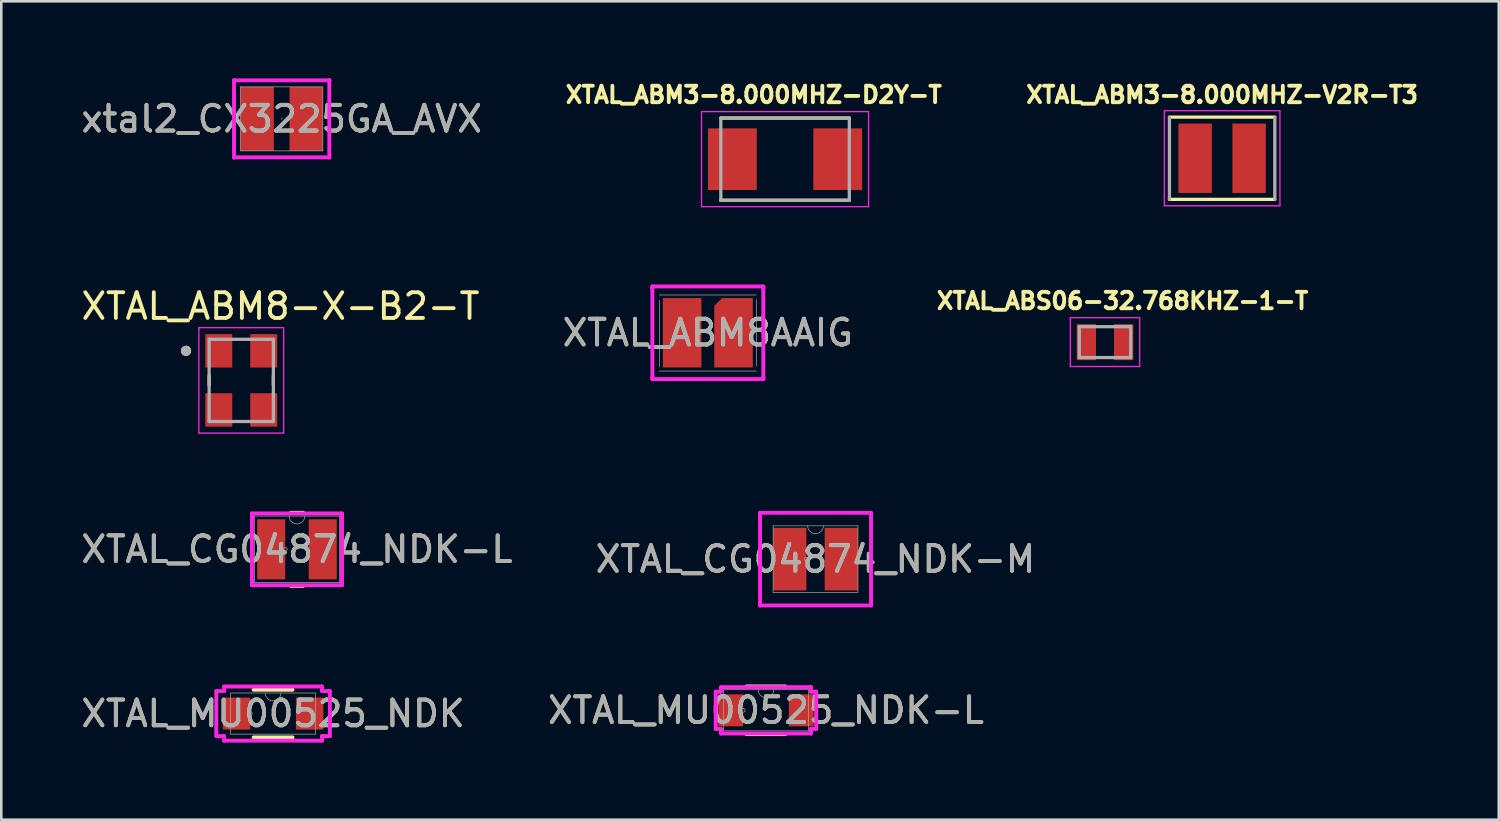
<source format=kicad_pcb>
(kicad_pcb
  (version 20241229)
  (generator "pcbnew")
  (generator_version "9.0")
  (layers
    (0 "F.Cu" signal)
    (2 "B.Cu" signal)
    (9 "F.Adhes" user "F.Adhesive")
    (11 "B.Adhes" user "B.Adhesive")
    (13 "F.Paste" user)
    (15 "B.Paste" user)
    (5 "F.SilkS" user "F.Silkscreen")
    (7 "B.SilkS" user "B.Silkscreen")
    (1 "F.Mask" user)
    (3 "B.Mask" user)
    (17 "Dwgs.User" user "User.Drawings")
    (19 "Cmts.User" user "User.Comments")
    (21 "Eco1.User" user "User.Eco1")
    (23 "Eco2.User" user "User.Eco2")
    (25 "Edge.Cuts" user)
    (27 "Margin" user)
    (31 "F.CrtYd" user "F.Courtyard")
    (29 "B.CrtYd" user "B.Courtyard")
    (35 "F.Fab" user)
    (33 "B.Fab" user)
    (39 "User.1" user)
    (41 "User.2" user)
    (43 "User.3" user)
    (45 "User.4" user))
  (footprint "XTAL_CG04874_NDK-M"
    (layer "F.Cu")
    (at 28.685 18.707)
    (property "Reference" "XTAL_CG04874_NDK-M" (at 0 0 0) (unlocked yes) (layer "F.SilkS") (effects (font (size 1 1) (thickness 0.15))))
    (attr smd)
    (fp_line (start -2.159 -1.803) (end 2.159 -1.803) (stroke (width 0.152) (type solid)) (layer "F.CrtYd"))
    (fp_line (start -2.159 -1.727) (end -2.159 -1.803) (stroke (width 0.152) (type solid)) (layer "F.CrtYd"))
    (fp_line (start -2.159 -1.727) (end -2.159 -1.727) (stroke (width 0.152) (type solid)) (layer "F.CrtYd"))
    (fp_line (start -2.159 1.727) (end -2.159 -1.727) (stroke (width 0.152) (type solid)) (layer "F.CrtYd"))
    (fp_line (start -2.159 1.727) (end -2.159 1.727) (stroke (width 0.152) (type solid)) (layer "F.CrtYd"))
    (fp_line (start -2.159 1.803) (end -2.159 1.727) (stroke (width 0.152) (type solid)) (layer "F.CrtYd"))
    (fp_line (start 2.159 -1.803) (end 2.159 -1.727) (stroke (width 0.152) (type solid)) (layer "F.CrtYd"))
    (fp_line (start 2.159 -1.727) (end 2.159 -1.727) (stroke (width 0.152) (type solid)) (layer "F.CrtYd"))
    (fp_line (start 2.159 -1.727) (end 2.159 1.727) (stroke (width 0.152) (type solid)) (layer "F.CrtYd"))
    (fp_line (start 2.159 1.727) (end 2.159 1.727) (stroke (width 0.152) (type solid)) (layer "F.CrtYd"))
    (fp_line (start 2.159 1.727) (end 2.159 1.803) (stroke (width 0.152) (type solid)) (layer "F.CrtYd"))
    (fp_line (start 2.159 1.803) (end -2.159 1.803) (stroke (width 0.152) (type solid)) (layer "F.CrtYd"))
    (fp_line (start -1.651 -1.295) (end -1.651 1.295) (stroke (width 0.025) (type solid)) (layer "F.Fab"))
    (fp_line (start -1.651 1.295) (end 1.651 1.295) (stroke (width 0.025) (type solid)) (layer "F.Fab"))
    (fp_line (start 1.651 -1.295) (end -1.651 -1.295) (stroke (width 0.025) (type solid)) (layer "F.Fab"))
    (fp_line (start 1.651 1.295) (end 1.651 -1.295) (stroke (width 0.025) (type solid)) (layer "F.Fab"))
    (fp_arc (start 0.3048 -1.2954) (mid 0 -0.9906) (end -0.3048 -1.2954) (stroke (width 0.0254) (type solid)) (layer "F.Fab"))
    (fp_circle (center -0.356 0) (end -0.279 0) (stroke (width 0.025) (type solid)) (fill no) (layer "F.Fab"))
    (fp_text user "${REFERENCE}" (at 0 0 0) (unlocked yes) (layer "F.Fab") (effects (font (size 1 1) (thickness 0.15))))
    (pad "1" smd rect (at -1.003 0) (size 1.295 2.438) (layers "F.Cu" "F.Mask" "F.Paste"))
    (pad "2" smd rect (at 1.003 0) (size 1.295 2.438) (layers "F.Cu" "F.Mask" "F.Paste")))
  (footprint "xtal2_CX3225GA_AVX"
    (layer "F.Cu")
    (at 7.911 1.575)
    (property "Reference" "xtal2_CX3225GA_AVX" (at 0 0 0) (unlocked yes) (layer "F.SilkS") (effects (font (size 1 1) (thickness 0.15))))
    (attr smd)
    (fp_line (start -1.854 -1.499) (end -1.854 -1.499) (stroke (width 0.152) (type solid)) (layer "F.CrtYd"))
    (fp_line (start -1.854 -1.499) (end -1.854 -1.499) (stroke (width 0.152) (type solid)) (layer "F.CrtYd"))
    (fp_line (start -1.854 -1.499) (end 1.854 -1.499) (stroke (width 0.152) (type solid)) (layer "F.CrtYd"))
    (fp_line (start -1.854 1.499) (end -1.854 -1.499) (stroke (width 0.152) (type solid)) (layer "F.CrtYd"))
    (fp_line (start -1.854 1.499) (end -1.854 1.499) (stroke (width 0.152) (type solid)) (layer "F.CrtYd"))
    (fp_line (start -1.854 1.499) (end -1.854 1.499) (stroke (width 0.152) (type solid)) (layer "F.CrtYd"))
    (fp_line (start 1.854 -1.499) (end 1.854 -1.499) (stroke (width 0.152) (type solid)) (layer "F.CrtYd"))
    (fp_line (start 1.854 -1.499) (end 1.854 -1.499) (stroke (width 0.152) (type solid)) (layer "F.CrtYd"))
    (fp_line (start 1.854 -1.499) (end 1.854 1.499) (stroke (width 0.152) (type solid)) (layer "F.CrtYd"))
    (fp_line (start 1.854 1.499) (end -1.854 1.499) (stroke (width 0.152) (type solid)) (layer "F.CrtYd"))
    (fp_line (start 1.854 1.499) (end 1.854 1.499) (stroke (width 0.152) (type solid)) (layer "F.CrtYd"))
    (fp_line (start 1.854 1.499) (end 1.854 1.499) (stroke (width 0.152) (type solid)) (layer "F.CrtYd"))
    (fp_line (start -1.6 -1.245) (end -1.6 1.245) (stroke (width 0.025) (type solid)) (layer "F.Fab"))
    (fp_line (start -1.6 1.245) (end 1.6 1.245) (stroke (width 0.025) (type solid)) (layer "F.Fab"))
    (fp_line (start 1.6 -1.245) (end -1.6 -1.245) (stroke (width 0.025) (type solid)) (layer "F.Fab"))
    (fp_line (start 1.6 1.245) (end 1.6 -1.245) (stroke (width 0.025) (type solid)) (layer "F.Fab"))
    (fp_circle (center 0 0) (end 0 0) (stroke (width 0.025) (type solid)) (fill no) (layer "F.Fab"))
    (fp_text user "${REFERENCE}" (at 0 0 0) (unlocked yes) (layer "F.Fab") (effects (font (size 1 1) (thickness 0.15))))
    (pad "1" smd rect (at -0.953 0) (size 1.295 2.489) (layers "F.Cu" "F.Mask" "F.Paste"))
    (pad "2" smd rect (at 0.953 0) (size 1.295 2.489) (layers "F.Cu" "F.Mask" "F.Paste")))
  (footprint "XTAL_ABM3-8.000MHZ-V2R-T3"
    (layer "F.Cu")
    (at 44.506 3.108)
    (property "Reference" "XTAL_ABM3-8.000MHZ-V2R-T3" (at 0 -2.47 0) (layer "F.SilkS") (effects (font (size 0.64 0.64) (thickness 0.15))))
    (attr smd)
    (fp_line (start -2.05 -1.6) (end 2.05 -1.6) (stroke (width 0.127) (type solid)) (layer "F.SilkS"))
    (fp_line (start -2.05 1.6) (end 2.05 1.6) (stroke (width 0.127) (type solid)) (layer "F.SilkS"))
    (fp_line (start -2.25 -1.85) (end -2.25 1.85) (stroke (width 0.05) (type solid)) (layer "F.CrtYd"))
    (fp_line (start -2.25 1.85) (end 2.25 1.85) (stroke (width 0.05) (type solid)) (layer "F.CrtYd"))
    (fp_line (start 2.25 -1.85) (end -2.25 -1.85) (stroke (width 0.05) (type solid)) (layer "F.CrtYd"))
    (fp_line (start 2.25 1.85) (end 2.25 -1.85) (stroke (width 0.05) (type solid)) (layer "F.CrtYd"))
    (fp_line (start -2.05 -1.6) (end -2.05 1.6) (stroke (width 0.127) (type solid)) (layer "F.Fab"))
    (fp_line (start 2.05 -1.6) (end 2.05 1.6) (stroke (width 0.127) (type solid)) (layer "F.Fab"))
    (pad "1" smd rect (at -1.05 0) (size 1.3 2.7) (layers "F.Cu" "F.Mask" "F.Paste"))
    (pad "2" smd rect (at 1.05 0) (size 1.3 2.7) (layers "F.Cu" "F.Mask" "F.Paste")))
  (footprint "XTAL_CG04874_NDK-L"
    (layer "F.Cu")
    (at 8.506 18.326)
    (property "Reference" "XTAL_CG04874_NDK-L" (at 0 0 0) (unlocked yes) (layer "F.SilkS") (effects (font (size 1 1) (thickness 0.15))))
    (attr smd)
    (fp_line (start -0.242 1.422) (end 0.242 1.422) (stroke (width 0.152) (type solid)) (layer "F.SilkS"))
    (fp_line (start 0.242 -1.422) (end -0.242 -1.422) (stroke (width 0.152) (type solid)) (layer "F.SilkS"))
    (fp_line (start -1.753 -1.397) (end 1.753 -1.397) (stroke (width 0.152) (type solid)) (layer "F.CrtYd"))
    (fp_line (start -1.753 -1.27) (end -1.753 -1.397) (stroke (width 0.152) (type solid)) (layer "F.CrtYd"))
    (fp_line (start -1.753 -1.27) (end -1.753 -1.27) (stroke (width 0.152) (type solid)) (layer "F.CrtYd"))
    (fp_line (start -1.753 1.27) (end -1.753 -1.27) (stroke (width 0.152) (type solid)) (layer "F.CrtYd"))
    (fp_line (start -1.753 1.27) (end -1.753 1.27) (stroke (width 0.152) (type solid)) (layer "F.CrtYd"))
    (fp_line (start -1.753 1.397) (end -1.753 1.27) (stroke (width 0.152) (type solid)) (layer "F.CrtYd"))
    (fp_line (start 1.753 -1.397) (end 1.753 -1.27) (stroke (width 0.152) (type solid)) (layer "F.CrtYd"))
    (fp_line (start 1.753 -1.27) (end 1.753 -1.27) (stroke (width 0.152) (type solid)) (layer "F.CrtYd"))
    (fp_line (start 1.753 -1.27) (end 1.753 1.27) (stroke (width 0.152) (type solid)) (layer "F.CrtYd"))
    (fp_line (start 1.753 1.27) (end 1.753 1.27) (stroke (width 0.152) (type solid)) (layer "F.CrtYd"))
    (fp_line (start 1.753 1.27) (end 1.753 1.397) (stroke (width 0.152) (type solid)) (layer "F.CrtYd"))
    (fp_line (start 1.753 1.397) (end -1.753 1.397) (stroke (width 0.152) (type solid)) (layer "F.CrtYd"))
    (fp_line (start -1.651 -1.295) (end -1.651 1.295) (stroke (width 0.025) (type solid)) (layer "F.Fab"))
    (fp_line (start -1.651 1.295) (end 1.651 1.295) (stroke (width 0.025) (type solid)) (layer "F.Fab"))
    (fp_line (start 1.651 -1.295) (end -1.651 -1.295) (stroke (width 0.025) (type solid)) (layer "F.Fab"))
    (fp_line (start 1.651 1.295) (end 1.651 -1.295) (stroke (width 0.025) (type solid)) (layer "F.Fab"))
    (fp_arc (start 0.3048 -1.2954) (mid 0 -0.9906) (end -0.3048 -1.2954) (stroke (width 0.0254) (type solid)) (layer "F.Fab"))
    (fp_circle (center -0.457 0) (end -0.381 0) (stroke (width 0.025) (type solid)) (fill no) (layer "F.Fab"))
    (fp_text user "${REFERENCE}" (at 0 0 0) (unlocked yes) (layer "F.Fab") (effects (font (size 1 1) (thickness 0.15))))
    (pad "1" smd rect (at -1.003 0) (size 1.092 2.337) (layers "F.Cu" "F.Mask" "F.Paste"))
    (pad "2" smd rect (at 1.003 0) (size 1.092 2.337) (layers "F.Cu" "F.Mask" "F.Paste")))
  (footprint "XTAL_MU00525_NDK-L"
    (layer "F.Cu")
    (at 26.756 24.59)
    (property "Reference" "XTAL_MU00525_NDK-L" (at 0 0 0) (unlocked yes) (layer "F.SilkS") (effects (font (size 1 1) (thickness 0.15))))
    (attr smd)
    (fp_line (start -0.756 0.927) (end 0.756 0.927) (stroke (width 0.152) (type solid)) (layer "F.SilkS"))
    (fp_line (start 0.756 -0.927) (end -0.756 -0.927) (stroke (width 0.152) (type solid)) (layer "F.SilkS"))
    (fp_line (start -1.956 -0.724) (end -1.753 -0.724) (stroke (width 0.152) (type solid)) (layer "F.CrtYd"))
    (fp_line (start -1.956 0.724) (end -1.956 -0.724) (stroke (width 0.152) (type solid)) (layer "F.CrtYd"))
    (fp_line (start -1.956 0.724) (end -1.753 0.724) (stroke (width 0.152) (type solid)) (layer "F.CrtYd"))
    (fp_line (start -1.753 -0.902) (end 1.753 -0.902) (stroke (width 0.152) (type solid)) (layer "F.CrtYd"))
    (fp_line (start -1.753 -0.724) (end -1.753 -0.902) (stroke (width 0.152) (type solid)) (layer "F.CrtYd"))
    (fp_line (start -1.753 0.902) (end -1.753 0.724) (stroke (width 0.152) (type solid)) (layer "F.CrtYd"))
    (fp_line (start 1.753 -0.902) (end 1.753 -0.724) (stroke (width 0.152) (type solid)) (layer "F.CrtYd"))
    (fp_line (start 1.753 0.724) (end 1.753 0.902) (stroke (width 0.152) (type solid)) (layer "F.CrtYd"))
    (fp_line (start 1.753 0.902) (end -1.753 0.902) (stroke (width 0.152) (type solid)) (layer "F.CrtYd"))
    (fp_line (start 1.956 -0.724) (end 1.753 -0.724) (stroke (width 0.152) (type solid)) (layer "F.CrtYd"))
    (fp_line (start 1.956 -0.724) (end 1.956 0.724) (stroke (width 0.152) (type solid)) (layer "F.CrtYd"))
    (fp_line (start 1.956 0.724) (end 1.753 0.724) (stroke (width 0.152) (type solid)) (layer "F.CrtYd"))
    (fp_line (start -1.651 -0.8) (end -1.651 0.8) (stroke (width 0.025) (type solid)) (layer "F.Fab"))
    (fp_line (start -1.651 0.8) (end 1.651 0.8) (stroke (width 0.025) (type solid)) (layer "F.Fab"))
    (fp_line (start 1.651 -0.8) (end -1.651 -0.8) (stroke (width 0.025) (type solid)) (layer "F.Fab"))
    (fp_line (start 1.651 0.8) (end 1.651 -0.8) (stroke (width 0.025) (type solid)) (layer "F.Fab"))
    (fp_arc (start 0.3048 -0.8001) (mid 0 -0.4953) (end -0.3048 -0.8001) (stroke (width 0.0254) (type solid)) (layer "F.Fab"))
    (fp_circle (center -0.889 0) (end -0.813 0) (stroke (width 0.025) (type solid)) (fill no) (layer "F.Fab"))
    (fp_text user "${REFERENCE}" (at 0 0 0) (unlocked yes) (layer "F.Fab") (effects (font (size 1 1) (thickness 0.15))))
    (pad "1" smd rect (at -1.372 0) (size 0.965 1.245) (layers "F.Cu" "F.Mask" "F.Paste"))
    (pad "2" smd rect (at 1.372 0) (size 0.965 1.245) (layers "F.Cu" "F.Mask" "F.Paste")))
  (footprint "XTAL_ABS06-32.768KHZ-1-T"
    (layer "F.Cu")
    (at 39.949 10.263)
    (property "Reference" "XTAL_ABS06-32.768KHZ-1-T" (at 0.682 -1.606 0) (layer "F.SilkS") (effects (font (size 0.64 0.64) (thickness 0.15))))
    (attr smd)
    (fp_line (start -1.35 -0.95) (end -1.35 0.95) (stroke (width 0.05) (type solid)) (layer "F.CrtYd"))
    (fp_line (start -1.35 0.95) (end 1.35 0.95) (stroke (width 0.05) (type solid)) (layer "F.CrtYd"))
    (fp_line (start 1.35 -0.95) (end -1.35 -0.95) (stroke (width 0.05) (type solid)) (layer "F.CrtYd"))
    (fp_line (start 1.35 0.95) (end 1.35 -0.95) (stroke (width 0.05) (type solid)) (layer "F.CrtYd"))
    (fp_line (start -1 -0.6) (end -1 0.6) (stroke (width 0.127) (type solid)) (layer "F.Fab"))
    (fp_line (start -1 -0.6) (end 1 -0.6) (stroke (width 0.127) (type solid)) (layer "F.Fab"))
    (fp_line (start -1 0.6) (end 1 0.6) (stroke (width 0.127) (type solid)) (layer "F.Fab"))
    (fp_line (start 1 -0.6) (end 1 0.6) (stroke (width 0.127) (type solid)) (layer "F.Fab"))
    (pad "1" smd rect (at -0.725 0) (size 0.75 1.4) (layers "F.Cu" "F.Mask" "F.Paste"))
    (pad "2" smd rect (at 0.725 0) (size 0.75 1.4) (layers "F.Cu" "F.Mask" "F.Paste")))
  (footprint "XTAL_ABM8AAIG"
    (layer "F.Cu")
    (at 24.494 9.899)
    (property "Reference" "XTAL_ABM8AAIG" (at 0 0 0) (unlocked yes) (layer "F.SilkS") (effects (font (size 1 1) (thickness 0.15))))
    (attr smd)
    (fp_line (start -2.159 -1.803) (end 2.159 -1.803) (stroke (width 0.152) (type solid)) (layer "F.CrtYd"))
    (fp_line (start -2.159 -1.727) (end -2.159 -1.803) (stroke (width 0.152) (type solid)) (layer "F.CrtYd"))
    (fp_line (start -2.159 -1.727) (end -2.159 -1.727) (stroke (width 0.152) (type solid)) (layer "F.CrtYd"))
    (fp_line (start -2.159 1.727) (end -2.159 -1.727) (stroke (width 0.152) (type solid)) (layer "F.CrtYd"))
    (fp_line (start -2.159 1.727) (end -2.159 1.727) (stroke (width 0.152) (type solid)) (layer "F.CrtYd"))
    (fp_line (start -2.159 1.803) (end -2.159 1.727) (stroke (width 0.152) (type solid)) (layer "F.CrtYd"))
    (fp_line (start 2.159 -1.803) (end 2.159 -1.727) (stroke (width 0.152) (type solid)) (layer "F.CrtYd"))
    (fp_line (start 2.159 -1.727) (end 2.159 -1.727) (stroke (width 0.152) (type solid)) (layer "F.CrtYd"))
    (fp_line (start 2.159 -1.727) (end 2.159 1.727) (stroke (width 0.152) (type solid)) (layer "F.CrtYd"))
    (fp_line (start 2.159 1.727) (end 2.159 1.727) (stroke (width 0.152) (type solid)) (layer "F.CrtYd"))
    (fp_line (start 2.159 1.727) (end 2.159 1.803) (stroke (width 0.152) (type solid)) (layer "F.CrtYd"))
    (fp_line (start 2.159 1.803) (end -2.159 1.803) (stroke (width 0.152) (type solid)) (layer "F.CrtYd"))
    (fp_line (start -1.89 1.49) (end 1.89 1.49) (stroke (width 0.025) (type solid)) (layer "F.Fab"))
    (fp_line (start -1.88 -1.261) (end -1.88 1.33) (stroke (width 0.025) (type solid)) (layer "F.Fab"))
    (fp_line (start 1.89 -1.47) (end -1.89 -1.47) (stroke (width 0.025) (type solid)) (layer "F.Fab"))
    (fp_line (start 1.89 1.295) (end 1.89 -1.295) (stroke (width 0.025) (type solid)) (layer "F.Fab"))
    (fp_circle (center -0.356 0) (end -0.279 0) (stroke (width 0.025) (type solid)) (fill no) (layer "F.Fab"))
    (fp_text user "${REFERENCE}" (at 0 0 0) (unlocked yes) (layer "F.Fab") (effects (font (size 1 1) (thickness 0.15))))
    (pad "1" smd custom (at -1 0) (size 1.5 2.7) (layers "F.Cu" "F.Mask" "F.Paste") (options (anchor rect)) (primitives))
    (pad "2" smd roundrect (at 1 0) (size 1.5 2.7) (layers "F.Cu" "F.Mask" "F.Paste") (roundrect_rratio 0) (chamfer_ratio 0.2) (chamfer top_left)))
  (footprint "XTAL_MU00525_NDK"
    (layer "F.Cu")
    (at 7.577 24.717)
    (property "Reference" "XTAL_MU00525_NDK" (at 0 0 0) (unlocked yes) (layer "F.SilkS") (effects (font (size 1 1) (thickness 0.15))))
    (attr smd)
    (fp_line (start -0.756 0.927) (end 0.756 0.927) (stroke (width 0.152) (type solid)) (layer "F.SilkS"))
    (fp_line (start 0.756 -0.927) (end -0.756 -0.927) (stroke (width 0.152) (type solid)) (layer "F.SilkS"))
    (fp_line (start -2.21 -0.876) (end -1.905 -0.876) (stroke (width 0.152) (type solid)) (layer "F.CrtYd"))
    (fp_line (start -2.21 0.876) (end -2.21 -0.876) (stroke (width 0.152) (type solid)) (layer "F.CrtYd"))
    (fp_line (start -2.21 0.876) (end -1.905 0.876) (stroke (width 0.152) (type solid)) (layer "F.CrtYd"))
    (fp_line (start -1.905 -1.054) (end 1.905 -1.054) (stroke (width 0.152) (type solid)) (layer "F.CrtYd"))
    (fp_line (start -1.905 -0.876) (end -1.905 -1.054) (stroke (width 0.152) (type solid)) (layer "F.CrtYd"))
    (fp_line (start -1.905 1.054) (end -1.905 0.876) (stroke (width 0.152) (type solid)) (layer "F.CrtYd"))
    (fp_line (start 1.905 -1.054) (end 1.905 -0.876) (stroke (width 0.152) (type solid)) (layer "F.CrtYd"))
    (fp_line (start 1.905 0.876) (end 1.905 1.054) (stroke (width 0.152) (type solid)) (layer "F.CrtYd"))
    (fp_line (start 1.905 1.054) (end -1.905 1.054) (stroke (width 0.152) (type solid)) (layer "F.CrtYd"))
    (fp_line (start 2.21 -0.876) (end 1.905 -0.876) (stroke (width 0.152) (type solid)) (layer "F.CrtYd"))
    (fp_line (start 2.21 -0.876) (end 2.21 0.876) (stroke (width 0.152) (type solid)) (layer "F.CrtYd"))
    (fp_line (start 2.21 0.876) (end 1.905 0.876) (stroke (width 0.152) (type solid)) (layer "F.CrtYd"))
    (fp_line (start -1.651 -0.8) (end -1.651 0.8) (stroke (width 0.025) (type solid)) (layer "F.Fab"))
    (fp_line (start -1.651 0.8) (end 1.651 0.8) (stroke (width 0.025) (type solid)) (layer "F.Fab"))
    (fp_line (start 1.651 -0.8) (end -1.651 -0.8) (stroke (width 0.025) (type solid)) (layer "F.Fab"))
    (fp_line (start 1.651 0.8) (end 1.651 -0.8) (stroke (width 0.025) (type solid)) (layer "F.Fab"))
    (fp_arc (start 0.3048 -0.8001) (mid 0 -0.4953) (end -0.3048 -0.8001) (stroke (width 0.0254) (type solid)) (layer "F.Fab"))
    (fp_circle (center -0.889 0) (end -0.813 0) (stroke (width 0.025) (type solid)) (fill no) (layer "F.Fab"))
    (fp_text user "${REFERENCE}" (at 0 0 0) (unlocked yes) (layer "F.Fab") (effects (font (size 1 1) (thickness 0.15))))
    (pad "1" smd rect (at -1.422 0) (size 1.067 1.245) (layers "F.Cu" "F.Mask" "F.Paste"))
    (pad "2" smd rect (at 1.422 0) (size 1.067 1.245) (layers "F.Cu" "F.Mask" "F.Paste")))
  (footprint "XTAL_ABM8-X-B2-T"
    (layer "F.Cu")
    (at 6.338 11.752)
    (property "Reference" "XTAL_ABM8-X-B2-T" (at 1.525 -2.885 0) (layer "F.SilkS") (effects (font (size 1 1) (thickness 0.15))))
    (attr smd)
    (fp_line (start -1.25 -0.18) (end -1.25 0.18) (stroke (width 0.127) (type solid)) (layer "F.SilkS"))
    (fp_line (start 1.25 -0.18) (end 1.25 0.18) (stroke (width 0.127) (type solid)) (layer "F.SilkS"))
    (fp_circle (center -2.15 -1.15) (end -2.05 -1.15) (stroke (width 0.2) (type solid)) (fill no) (layer "F.SilkS"))
    (fp_line (start -1.65 -2.05) (end -1.65 2.05) (stroke (width 0.05) (type solid)) (layer "F.CrtYd"))
    (fp_line (start -1.65 -2.05) (end 1.65 -2.05) (stroke (width 0.05) (type solid)) (layer "F.CrtYd"))
    (fp_line (start 1.65 -2.05) (end 1.65 2.05) (stroke (width 0.05) (type solid)) (layer "F.CrtYd"))
    (fp_line (start 1.65 2.05) (end -1.65 2.05) (stroke (width 0.05) (type solid)) (layer "F.CrtYd"))
    (fp_line (start -1.25 -1.6) (end -1.25 1.6) (stroke (width 0.127) (type solid)) (layer "F.Fab"))
    (fp_line (start -1.25 -1.6) (end 1.25 -1.6) (stroke (width 0.127) (type solid)) (layer "F.Fab"))
    (fp_line (start 1.25 -1.6) (end 1.25 1.6) (stroke (width 0.127) (type solid)) (layer "F.Fab"))
    (fp_line (start 1.25 1.6) (end -1.25 1.6) (stroke (width 0.127) (type solid)) (layer "F.Fab"))
    (fp_circle (center -2.15 -1.15) (end -2.05 -1.15) (stroke (width 0.2) (type solid)) (fill no) (layer "F.Fab"))
    (pad "1" smd rect (at -0.875 -1.15) (size 1.05 1.3) (layers "F.Cu" "F.Mask" "F.Paste"))
    (pad "2" smd rect (at -0.875 1.15) (size 1.05 1.3) (layers "F.Cu" "F.Mask" "F.Paste"))
    (pad "3" smd rect (at 0.875 1.15) (size 1.05 1.3) (layers "F.Cu" "F.Mask" "F.Paste"))
    (pad "4" smd rect (at 0.875 -1.15) (size 1.05 1.3) (layers "F.Cu" "F.Mask" "F.Paste")))
  (footprint "XTAL_ABM3-8.000MHZ-D2Y-T"
    (layer "F.Cu")
    (at 27.499 3.144)
    (property "Reference" "XTAL_ABM3-8.000MHZ-D2Y-T" (at -1.218 -2.506 0) (layer "F.SilkS") (effects (font (size 0.64 0.64) (thickness 0.15))))
    (attr smd)
    (fp_line (start -2.5 -1.6) (end 2.5 -1.6) (stroke (width 0.127) (type solid)) (layer "F.SilkS"))
    (fp_line (start -2.5 1.6) (end 2.5 1.6) (stroke (width 0.127) (type solid)) (layer "F.SilkS"))
    (fp_line (start -3.25 -1.85) (end -3.25 1.85) (stroke (width 0.05) (type solid)) (layer "F.CrtYd"))
    (fp_line (start -3.25 1.85) (end 3.25 1.85) (stroke (width 0.05) (type solid)) (layer "F.CrtYd"))
    (fp_line (start 3.25 -1.85) (end -3.25 -1.85) (stroke (width 0.05) (type solid)) (layer "F.CrtYd"))
    (fp_line (start 3.25 1.85) (end 3.25 -1.85) (stroke (width 0.05) (type solid)) (layer "F.CrtYd"))
    (fp_line (start -2.5 -1.6) (end -2.5 1.6) (stroke (width 0.127) (type solid)) (layer "F.Fab"))
    (fp_line (start -2.5 -1.6) (end 2.5 -1.6) (stroke (width 0.127) (type solid)) (layer "F.Fab"))
    (fp_line (start -2.5 1.6) (end 2.5 1.6) (stroke (width 0.127) (type solid)) (layer "F.Fab"))
    (fp_line (start 2.5 -1.6) (end 2.5 1.6) (stroke (width 0.127) (type solid)) (layer "F.Fab"))
    (pad "1" smd rect (at -2.05 0) (size 1.9 2.4) (layers "F.Cu" "F.Mask" "F.Paste"))
    (pad "2" smd rect (at 2.05 0) (size 1.9 2.4) (layers "F.Cu" "F.Mask" "F.Paste")))
  (gr_rect
    (start -3 -3)
    (end 55.271 28.847)
    (stroke (width 0.1) (type default))
    (fill no)
    (layer "Edge.Cuts")))
</source>
